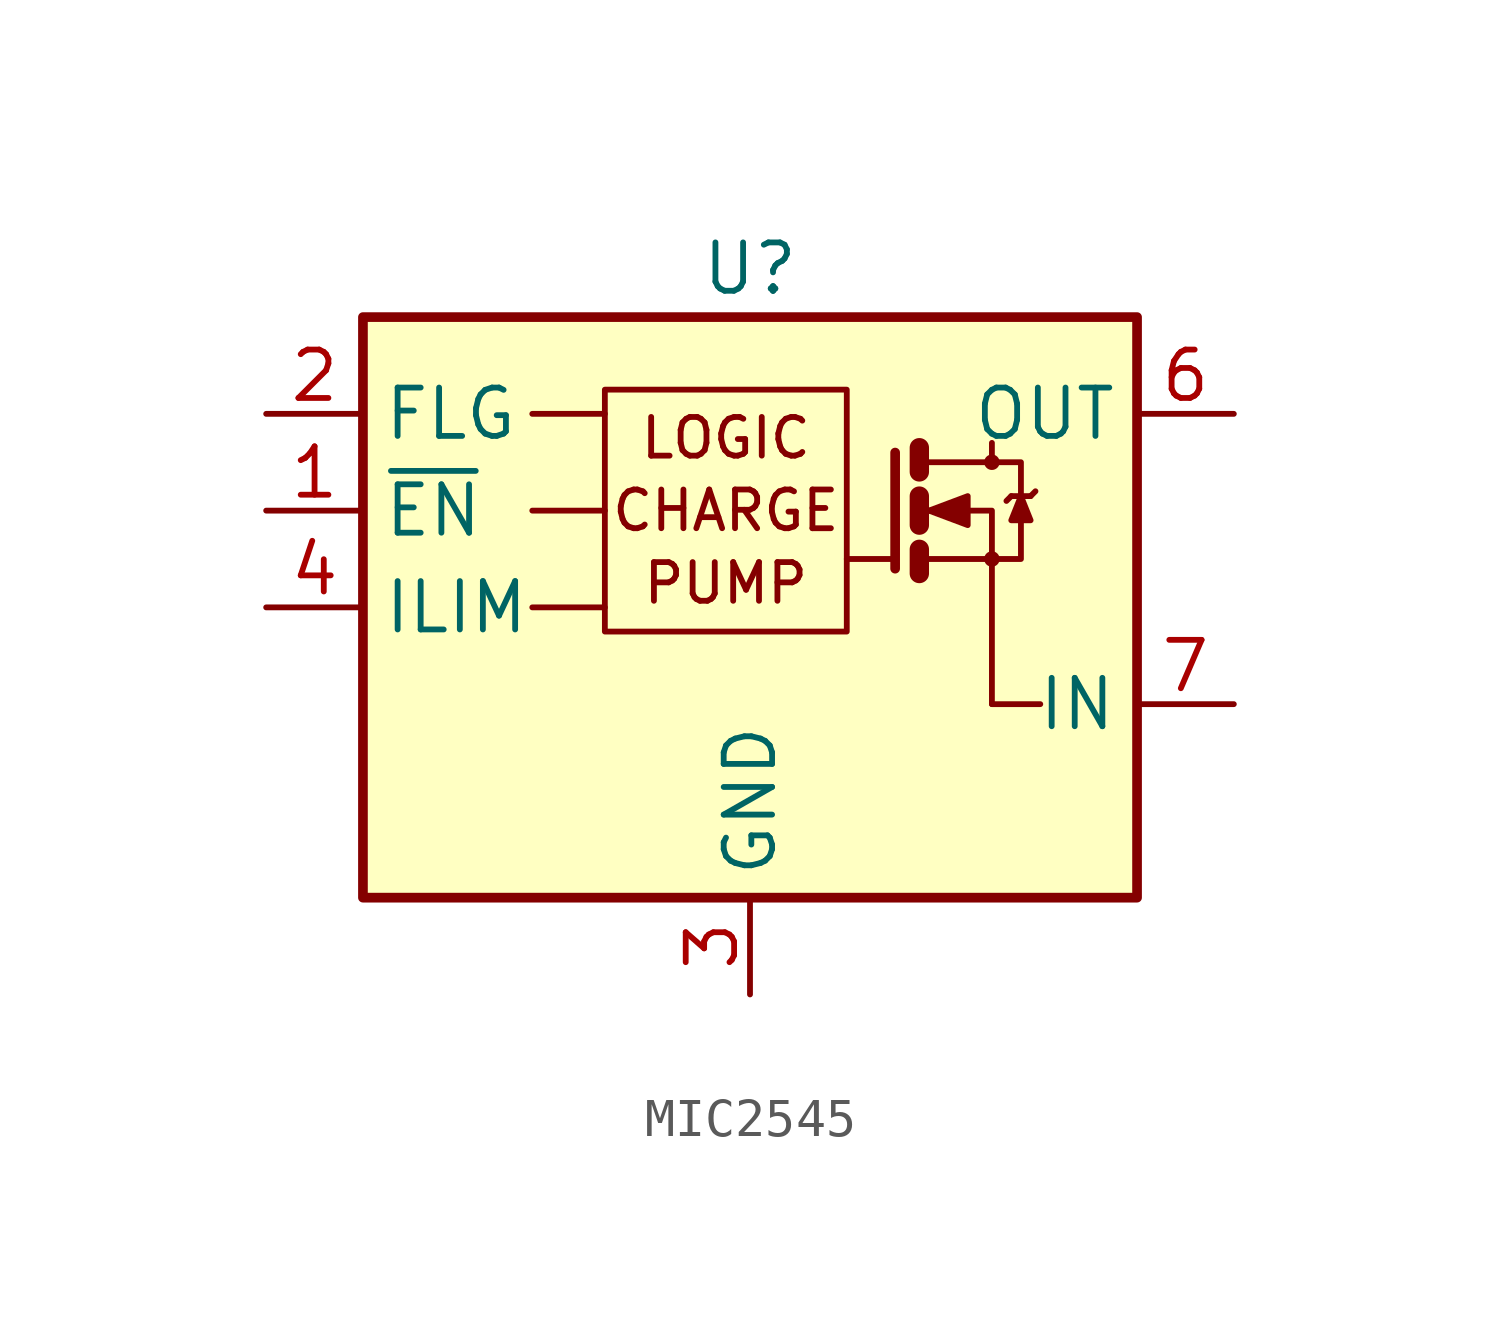
<source format=kicad_sym>
(kicad_symbol_lib
  (version 20241209)
  (generator "kicad_symbol_editor")
  (generator_version "9.0")
  (symbol "MIC2545"
    (property "Reference" "U"
      (at 0 0 0)
      (effects (font (size 1.27 1.27))))
    (property "Value" ""
      (at 0 0 0)
      (effects (font (size 1.27 1.27))))
    (symbol "MIC2545_0_0"
      (rectangle (start -10.16 -1.27) (end 10.16 -16.51) (stroke (width 0.254) (type default)) (fill (type background)))
      (polyline (pts (xy -5.715 -3.81) (xy -3.81 -3.81)) (stroke (width 0.152) (type default)) (fill (type none)))
      (polyline (pts (xy -5.715 -6.35) (xy -3.81 -6.35)) (stroke (width 0.152) (type default)) (fill (type none)))
      (rectangle (start -3.81 -3.175) (end 2.54 -9.525) (stroke (width 0.152) (type default)) (fill (type none)))
      (polyline (pts (xy -3.81 -8.89) (xy -5.715 -8.89)) (stroke (width 0.152) (type default)) (fill (type none)))
      (polyline (pts (xy 6.35 -11.43) (xy 7.62 -11.43)) (stroke (width 0.152) (type default)) (fill (type none)))
      (text "LOGIC" (at -0.635 -4.445 0) (effects (font (size 1.016 1.016))))
      (text "CHARGE" (at -0.635 -6.35 0) (effects (font (size 1.016 1.016))))
      (text "PUMP" (at -0.635 -8.255 0) (effects (font (size 1.016 1.016)))))
    (symbol "MIC2545_0_1"
      (polyline (pts (xy 3.81 -4.826) (xy 3.81 -7.874) (xy 3.81 -7.874)) (stroke (width 0.254) (type default)) (fill (type none)))
      (polyline (pts (xy 3.81 -7.62) (xy 2.54 -7.62)) (stroke (width 0) (type default)) (fill (type none)))
      (polyline (pts (xy 4.445 -4.699) (xy 4.445 -5.334)) (stroke (width 0.508) (type default)) (fill (type none)))
      (polyline (pts (xy 4.445 -5.969) (xy 4.445 -6.731)) (stroke (width 0.508) (type default)) (fill (type none)))
      (polyline (pts (xy 4.445 -7.366) (xy 4.445 -8.001)) (stroke (width 0.508) (type default)) (fill (type none)))
      (polyline (pts (xy 4.572 -5.08) (xy 6.35 -5.08)) (stroke (width 0) (type default)) (fill (type none)))
      (polyline (pts (xy 4.572 -6.35) (xy 6.35 -6.35) (xy 6.35 -11.43)) (stroke (width 0) (type default)) (fill (type none)))
      (polyline (pts (xy 4.572 -7.62) (xy 6.35 -7.62)) (stroke (width 0) (type default)) (fill (type none)))
      (polyline (pts (xy 4.699 -6.35) (xy 5.715 -5.969) (xy 5.715 -6.731) (xy 4.699 -6.35) (xy 4.826 -6.35) (xy 4.826 -6.35)) (stroke (width 0) (type default)) (fill (type outline)))
      (polyline (pts (xy 6.35 -5.08) (xy 6.35 -4.572)) (stroke (width 0.152) (type default)) (fill (type none)))
      (circle (center 6.35 -5.08) (radius 0.127) (stroke (width 0) (type default)) (fill (type none)))
      (polyline (pts (xy 6.35 -7.62) (xy 7.112 -7.62) (xy 7.112 -5.08) (xy 6.35 -5.08)) (stroke (width 0) (type default)) (fill (type none)))
      (circle (center 6.35 -7.62) (radius 0.127) (stroke (width 0) (type default)) (fill (type none)))
      (polyline (pts (xy 6.858 -5.969) (xy 6.731 -6.096)) (stroke (width 0) (type default)) (fill (type none)))
      (polyline (pts (xy 6.858 -5.969) (xy 7.366 -5.969)) (stroke (width 0) (type default)) (fill (type none)))
      (polyline (pts (xy 7.112 -5.969) (xy 6.858 -6.604) (xy 7.366 -6.604) (xy 7.112 -5.969)) (stroke (width 0) (type default)) (fill (type outline)))
      (polyline (pts (xy 7.366 -5.969) (xy 7.493 -5.842)) (stroke (width 0) (type default)) (fill (type none))))
    (symbol "MIC2545_1_1"
      (pin open_collector line (at -12.7 -3.81 0) (length 2.54) (name "FLG" (effects (font (size 1.27 1.27)))) (number "2" (effects (font (size 1.27 1.27)))))
      (pin input line (at -12.7 -6.35 0) (length 2.54) (name "~{EN}" (effects (font (size 1.27 1.27)))) (number "1" (effects (font (size 1.27 1.27)))))
      (pin input line (at -12.7 -8.89 0) (length 2.54) (name "ILIM" (effects (font (size 1.27 1.27)))) (number "4" (effects (font (size 1.27 1.27)))))
      (pin power_in line (at 0 -19.05 90) (length 2.54) (name "GND" (effects (font (size 1.27 1.27)))) (number "3" (effects (font (size 1.27 1.27)))))
      (pin output line (at 12.7 -3.81 180) (length 2.54) (name "OUT" (effects (font (size 1.27 1.27)))) (number "6" (effects (font (size 1.27 1.27)))))
      (pin passive line (at 12.7 -3.81 180) (length 2.54) (hide yes) (name "OUT" (effects (font (size 1.27 1.27)))) (number "8" (effects (font (size 1.27 1.27)))))
      (pin power_in line (at 12.7 -11.43 180) (length 2.54) (hide yes) (name "IN" (effects (font (size 1.27 1.27)))) (number "5" (effects (font (size 1.27 1.27)))))
      (pin passive line (at 12.7 -11.43 180) (length 2.54) (name "IN" (effects (font (size 1.27 1.27)))) (number "7" (effects (font (size 1.27 1.27))))))))
</source>
